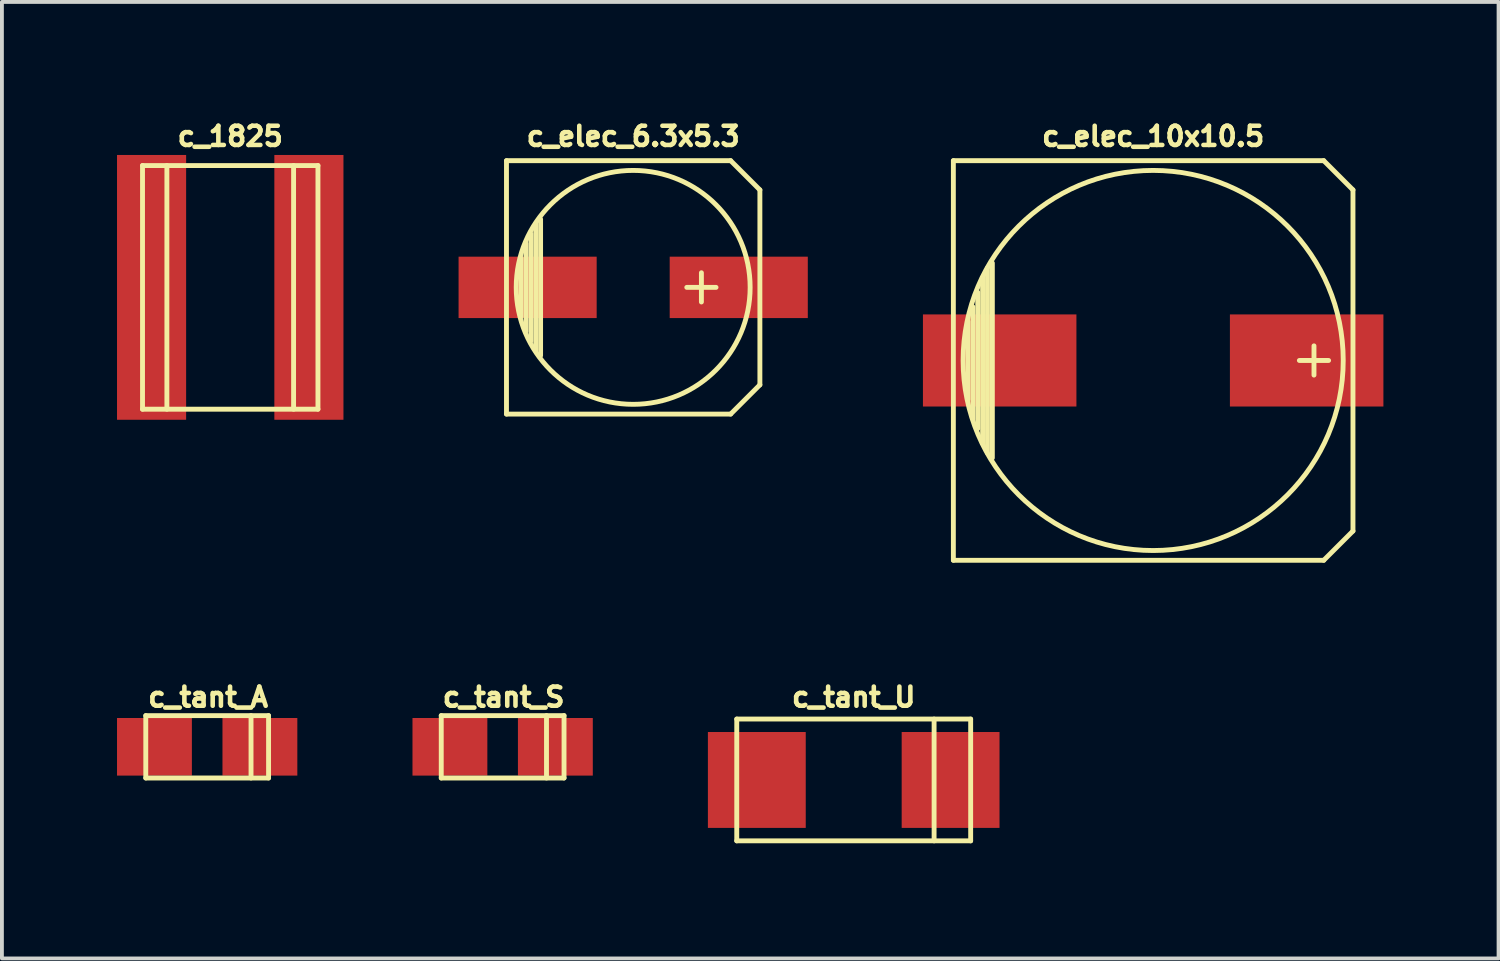
<source format=kicad_pcb>
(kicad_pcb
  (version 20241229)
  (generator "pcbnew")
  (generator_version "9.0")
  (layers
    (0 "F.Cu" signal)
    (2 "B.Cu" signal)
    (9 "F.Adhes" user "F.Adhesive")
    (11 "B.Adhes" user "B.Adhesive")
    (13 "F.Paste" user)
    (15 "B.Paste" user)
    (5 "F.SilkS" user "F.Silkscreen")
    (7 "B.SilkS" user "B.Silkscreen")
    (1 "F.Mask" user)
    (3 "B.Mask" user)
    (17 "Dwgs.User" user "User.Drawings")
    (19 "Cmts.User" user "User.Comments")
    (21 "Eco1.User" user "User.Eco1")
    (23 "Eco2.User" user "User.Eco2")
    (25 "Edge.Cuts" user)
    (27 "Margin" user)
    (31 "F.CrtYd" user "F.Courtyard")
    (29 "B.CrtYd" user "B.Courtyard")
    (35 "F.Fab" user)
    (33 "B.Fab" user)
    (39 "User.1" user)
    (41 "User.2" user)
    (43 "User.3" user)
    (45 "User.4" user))
  (footprint "c_tant_A"
    (layer "F.Cu")
    (at 2.349 16.412)
    (property "Reference" "c_tant_A" (at 0.025 -1.295 0) (layer "F.SilkS") (effects (font (size 0.5 0.5) (thickness 0.119))))
    (attr through_hole)
    (fp_line (start -1.6 -0.813) (end -1.6 0.813) (stroke (width 0.127) (type solid)) (layer "F.SilkS"))
    (fp_line (start -1.6 0.813) (end 1.6 0.813) (stroke (width 0.127) (type solid)) (layer "F.SilkS"))
    (fp_line (start 1.143 0.813) (end 1.143 -0.813) (stroke (width 0.127) (type solid)) (layer "F.SilkS"))
    (fp_line (start 1.6 -0.813) (end -1.6 -0.813) (stroke (width 0.127) (type solid)) (layer "F.SilkS"))
    (fp_line (start 1.6 0.813) (end 1.6 -0.813) (stroke (width 0.127) (type solid)) (layer "F.SilkS"))
    (pad "1" smd rect (at -1.374 0) (size 1.951 1.501) (layers "F.Cu" "F.Mask" "F.Paste"))
    (pad "2" smd rect (at 1.374 0) (size 1.951 1.501) (layers "F.Cu" "F.Mask" "F.Paste")))
  (footprint "c_tant_U"
    (layer "F.Cu")
    (at 19.198 17.276)
    (property "Reference" "c_tant_U" (at 0 -2.159 0) (layer "F.SilkS") (effects (font (size 0.5 0.5) (thickness 0.119))))
    (attr through_hole)
    (fp_line (start -3.048 -1.587) (end -3.048 1.587) (stroke (width 0.127) (type solid)) (layer "F.SilkS"))
    (fp_line (start -3.048 1.587) (end 3.048 1.587) (stroke (width 0.127) (type solid)) (layer "F.SilkS"))
    (fp_line (start 2.095 -1.587) (end 2.095 1.587) (stroke (width 0.127) (type solid)) (layer "F.SilkS"))
    (fp_line (start 3.048 -1.587) (end -3.048 -1.587) (stroke (width 0.127) (type solid)) (layer "F.SilkS"))
    (fp_line (start 3.048 1.587) (end 3.048 -1.587) (stroke (width 0.127) (type solid)) (layer "F.SilkS"))
    (pad "1" smd rect (at -2.525 0) (size 2.55 2.499) (layers "F.Cu" "F.Mask" "F.Paste"))
    (pad "2" smd rect (at 2.525 0) (size 2.55 2.499) (layers "F.Cu" "F.Mask" "F.Paste")))
  (footprint "c_elec_6.3x5.3"
    (layer "F.Cu")
    (at 13.451 4.439)
    (property "Reference" "c_elec_6.3x5.3" (at 0 -3.937 0) (layer "F.SilkS") (effects (font (size 0.5 0.5) (thickness 0.119))))
    (attr through_hole)
    (fp_line (start -3.302 -3.302) (end -3.302 3.302) (stroke (width 0.127) (type solid)) (layer "F.SilkS"))
    (fp_line (start -3.302 3.302) (end 2.54 3.302) (stroke (width 0.127) (type solid)) (layer "F.SilkS"))
    (fp_line (start -2.921 -0.762) (end -2.921 0.762) (stroke (width 0.127) (type solid)) (layer "F.SilkS"))
    (fp_line (start -2.794 1.143) (end -2.794 -1.143) (stroke (width 0.127) (type solid)) (layer "F.SilkS"))
    (fp_line (start -2.667 -1.397) (end -2.667 1.397) (stroke (width 0.127) (type solid)) (layer "F.SilkS"))
    (fp_line (start -2.54 1.651) (end -2.54 -1.651) (stroke (width 0.127) (type solid)) (layer "F.SilkS"))
    (fp_line (start -2.413 -1.778) (end -2.413 1.778) (stroke (width 0.127) (type solid)) (layer "F.SilkS"))
    (fp_line (start 1.778 -0.381) (end 1.778 0.381) (stroke (width 0.127) (type solid)) (layer "F.SilkS"))
    (fp_line (start 2.159 0) (end 1.397 0) (stroke (width 0.127) (type solid)) (layer "F.SilkS"))
    (fp_line (start 2.54 -3.302) (end -3.302 -3.302) (stroke (width 0.127) (type solid)) (layer "F.SilkS"))
    (fp_line (start 2.54 3.302) (end 3.302 2.54) (stroke (width 0.127) (type solid)) (layer "F.SilkS"))
    (fp_line (start 3.302 -2.54) (end 2.54 -3.302) (stroke (width 0.127) (type solid)) (layer "F.SilkS"))
    (fp_line (start 3.302 2.54) (end 3.302 -2.54) (stroke (width 0.127) (type solid)) (layer "F.SilkS"))
    (fp_circle (center 0 0) (end -3.048 0) (stroke (width 0.127) (type solid)) (fill no) (layer "F.SilkS"))
    (pad "1" smd rect (at 2.751 0) (size 3.599 1.6) (layers "F.Cu" "F.Mask" "F.Paste"))
    (pad "2" smd rect (at -2.751 0) (size 3.599 1.6) (layers "F.Cu" "F.Mask" "F.Paste")))
  (footprint "c_tant_S"
    (layer "F.Cu")
    (at 10.049 16.412)
    (property "Reference" "c_tant_S" (at 0.025 -1.295 0) (layer "F.SilkS") (effects (font (size 0.5 0.5) (thickness 0.119))))
    (attr through_hole)
    (fp_line (start -1.6 -0.813) (end -1.6 0.813) (stroke (width 0.127) (type solid)) (layer "F.SilkS"))
    (fp_line (start -1.6 0.813) (end 1.6 0.813) (stroke (width 0.127) (type solid)) (layer "F.SilkS"))
    (fp_line (start 1.143 0.813) (end 1.143 -0.813) (stroke (width 0.127) (type solid)) (layer "F.SilkS"))
    (fp_line (start 1.6 -0.813) (end -1.6 -0.813) (stroke (width 0.127) (type solid)) (layer "F.SilkS"))
    (fp_line (start 1.6 0.813) (end 1.6 -0.813) (stroke (width 0.127) (type solid)) (layer "F.SilkS"))
    (pad "1" smd rect (at -1.374 0) (size 1.951 1.501) (layers "F.Cu" "F.Mask" "F.Paste"))
    (pad "2" smd rect (at 1.374 0) (size 1.951 1.501) (layers "F.Cu" "F.Mask" "F.Paste")))
  (footprint "c_elec_10x10.5"
    (layer "F.Cu")
    (at 27.002 6.344)
    (property "Reference" "c_elec_10x10.5" (at 0 -5.842 0) (layer "F.SilkS") (effects (font (size 0.5 0.5) (thickness 0.119))))
    (attr through_hole)
    (fp_line (start -5.207 -5.207) (end -5.207 5.207) (stroke (width 0.127) (type solid)) (layer "F.SilkS"))
    (fp_line (start -5.207 5.207) (end 4.445 5.207) (stroke (width 0.127) (type solid)) (layer "F.SilkS"))
    (fp_line (start -4.826 1.016) (end -4.826 -1.016) (stroke (width 0.127) (type solid)) (layer "F.SilkS"))
    (fp_line (start -4.699 -1.397) (end -4.699 1.524) (stroke (width 0.127) (type solid)) (layer "F.SilkS"))
    (fp_line (start -4.572 1.778) (end -4.572 -1.778) (stroke (width 0.127) (type solid)) (layer "F.SilkS"))
    (fp_line (start -4.445 -2.159) (end -4.445 2.159) (stroke (width 0.127) (type solid)) (layer "F.SilkS"))
    (fp_line (start -4.318 2.413) (end -4.318 -2.413) (stroke (width 0.127) (type solid)) (layer "F.SilkS"))
    (fp_line (start -4.191 -2.54) (end -4.191 2.54) (stroke (width 0.127) (type solid)) (layer "F.SilkS"))
    (fp_line (start 4.191 -0.381) (end 4.191 0.381) (stroke (width 0.127) (type solid)) (layer "F.SilkS"))
    (fp_line (start 4.445 -5.207) (end -5.207 -5.207) (stroke (width 0.127) (type solid)) (layer "F.SilkS"))
    (fp_line (start 4.445 5.207) (end 5.207 4.445) (stroke (width 0.127) (type solid)) (layer "F.SilkS"))
    (fp_line (start 4.572 0) (end 3.81 0) (stroke (width 0.127) (type solid)) (layer "F.SilkS"))
    (fp_line (start 5.207 -4.445) (end 4.445 -5.207) (stroke (width 0.127) (type solid)) (layer "F.SilkS"))
    (fp_line (start 5.207 4.445) (end 5.207 -4.445) (stroke (width 0.127) (type solid)) (layer "F.SilkS"))
    (fp_circle (center 0 0) (end 4.953 0) (stroke (width 0.127) (type solid)) (fill no) (layer "F.SilkS"))
    (pad "1" smd rect (at 4 0) (size 4 2.4) (layers "F.Cu" "F.Mask" "F.Paste"))
    (pad "2" smd rect (at -4 0) (size 4 2.4) (layers "F.Cu" "F.Mask" "F.Paste")))
  (footprint "c_1825"
    (layer "F.Cu")
    (at 2.95 4.439)
    (property "Reference" "c_1825" (at 0 -3.937 0) (layer "F.SilkS") (effects (font (size 0.5 0.5) (thickness 0.119))))
    (attr through_hole)
    (fp_line (start -2.286 -3.175) (end -2.286 3.175) (stroke (width 0.127) (type solid)) (layer "F.SilkS"))
    (fp_line (start -2.286 3.175) (end 2.286 3.175) (stroke (width 0.127) (type solid)) (layer "F.SilkS"))
    (fp_line (start -1.651 -3.175) (end -1.651 3.175) (stroke (width 0.127) (type solid)) (layer "F.SilkS"))
    (fp_line (start 1.651 -3.175) (end 1.651 3.175) (stroke (width 0.127) (type solid)) (layer "F.SilkS"))
    (fp_line (start 2.286 -3.175) (end -2.286 -3.175) (stroke (width 0.127) (type solid)) (layer "F.SilkS"))
    (fp_line (start 2.286 3.175) (end 2.286 -3.175) (stroke (width 0.127) (type solid)) (layer "F.SilkS"))
    (pad "1" smd rect (at 2.05 0) (size 1.801 6.901) (layers "F.Cu" "F.Mask" "F.Paste"))
    (pad "2" smd rect (at -2.05 0) (size 1.801 6.901) (layers "F.Cu" "F.Mask" "F.Paste")))
  (gr_rect
    (start -3 -3)
    (end 36.003 21.927)
    (stroke (width 0.1) (type default))
    (fill no)
    (layer "Edge.Cuts")))
</source>
